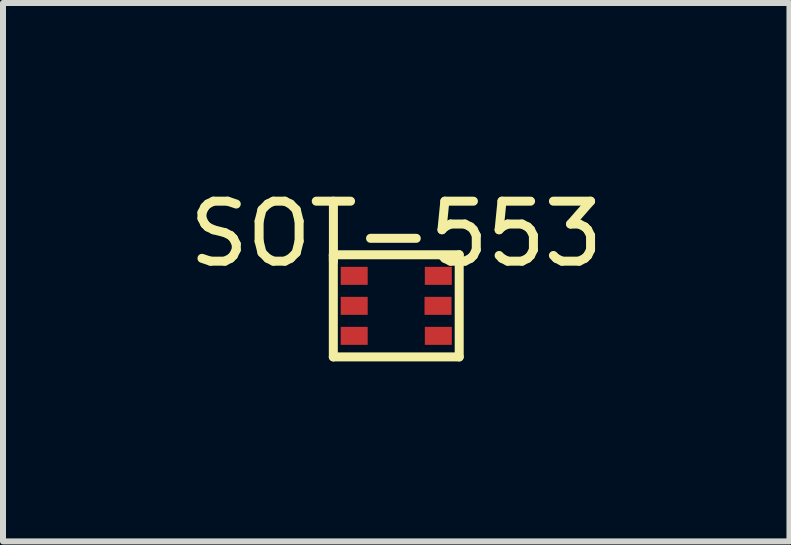
<source format=kicad_pcb>
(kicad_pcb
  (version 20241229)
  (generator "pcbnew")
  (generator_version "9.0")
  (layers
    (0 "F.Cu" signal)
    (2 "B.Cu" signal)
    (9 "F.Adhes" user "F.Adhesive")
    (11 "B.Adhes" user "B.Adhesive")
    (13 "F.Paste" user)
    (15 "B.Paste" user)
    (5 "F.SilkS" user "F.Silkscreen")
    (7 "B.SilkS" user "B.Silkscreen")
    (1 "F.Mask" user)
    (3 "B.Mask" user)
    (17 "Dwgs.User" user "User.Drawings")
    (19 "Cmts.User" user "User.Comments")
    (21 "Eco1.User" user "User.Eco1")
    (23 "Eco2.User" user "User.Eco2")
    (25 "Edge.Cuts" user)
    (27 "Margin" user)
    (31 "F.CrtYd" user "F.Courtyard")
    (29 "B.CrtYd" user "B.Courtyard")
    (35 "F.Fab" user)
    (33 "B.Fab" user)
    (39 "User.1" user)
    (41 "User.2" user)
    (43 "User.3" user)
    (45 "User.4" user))
  (footprint "SOT-553"
    (layer "F.Cu")
    (at 3.554 2.047)
    (property "Reference" "SOT-553" (at 0 -1.199 0) (layer "F.SilkS") (effects (font (size 1 1) (thickness 0.15))))
    (attr smd)
    (fp_line (start -1.049 -0.851) (end 1.049 -0.851) (stroke (width 0.15) (type solid)) (layer "F.SilkS"))
    (fp_line (start -1.049 0.851) (end -1.049 -0.851) (stroke (width 0.15) (type solid)) (layer "F.SilkS"))
    (fp_line (start 1.049 -0.851) (end 1.049 0.851) (stroke (width 0.15) (type solid)) (layer "F.SilkS"))
    (fp_line (start 1.049 0.851) (end -1.049 0.851) (stroke (width 0.15) (type solid)) (layer "F.SilkS"))
    (pad "1" smd rect (at -0.701 -0.5) (size 0.45 0.3) (layers "F.Cu" "F.Mask" "F.Paste"))
    (pad "2" smd rect (at -0.701 0) (size 0.45 0.3) (layers "F.Cu" "F.Mask" "F.Paste"))
    (pad "3" smd rect (at -0.701 0.5) (size 0.45 0.3) (layers "F.Cu" "F.Mask" "F.Paste"))
    (pad "4" smd rect (at 0.701 0.5) (size 0.45 0.3) (layers "F.Cu" "F.Mask" "F.Paste"))
    (pad "5" smd rect (at 0.701 -0.5) (size 0.45 0.3) (layers "F.Cu" "F.Mask" "F.Paste"))
    (pad "6" smd rect (at 0.696 0) (size 0.45 0.3) (layers "F.Cu" "F.Mask" "F.Paste")))
  (gr_rect
    (start -3 -3)
    (end 10.107 5.973)
    (stroke (width 0.1) (type default))
    (fill no)
    (layer "Edge.Cuts")))
</source>
